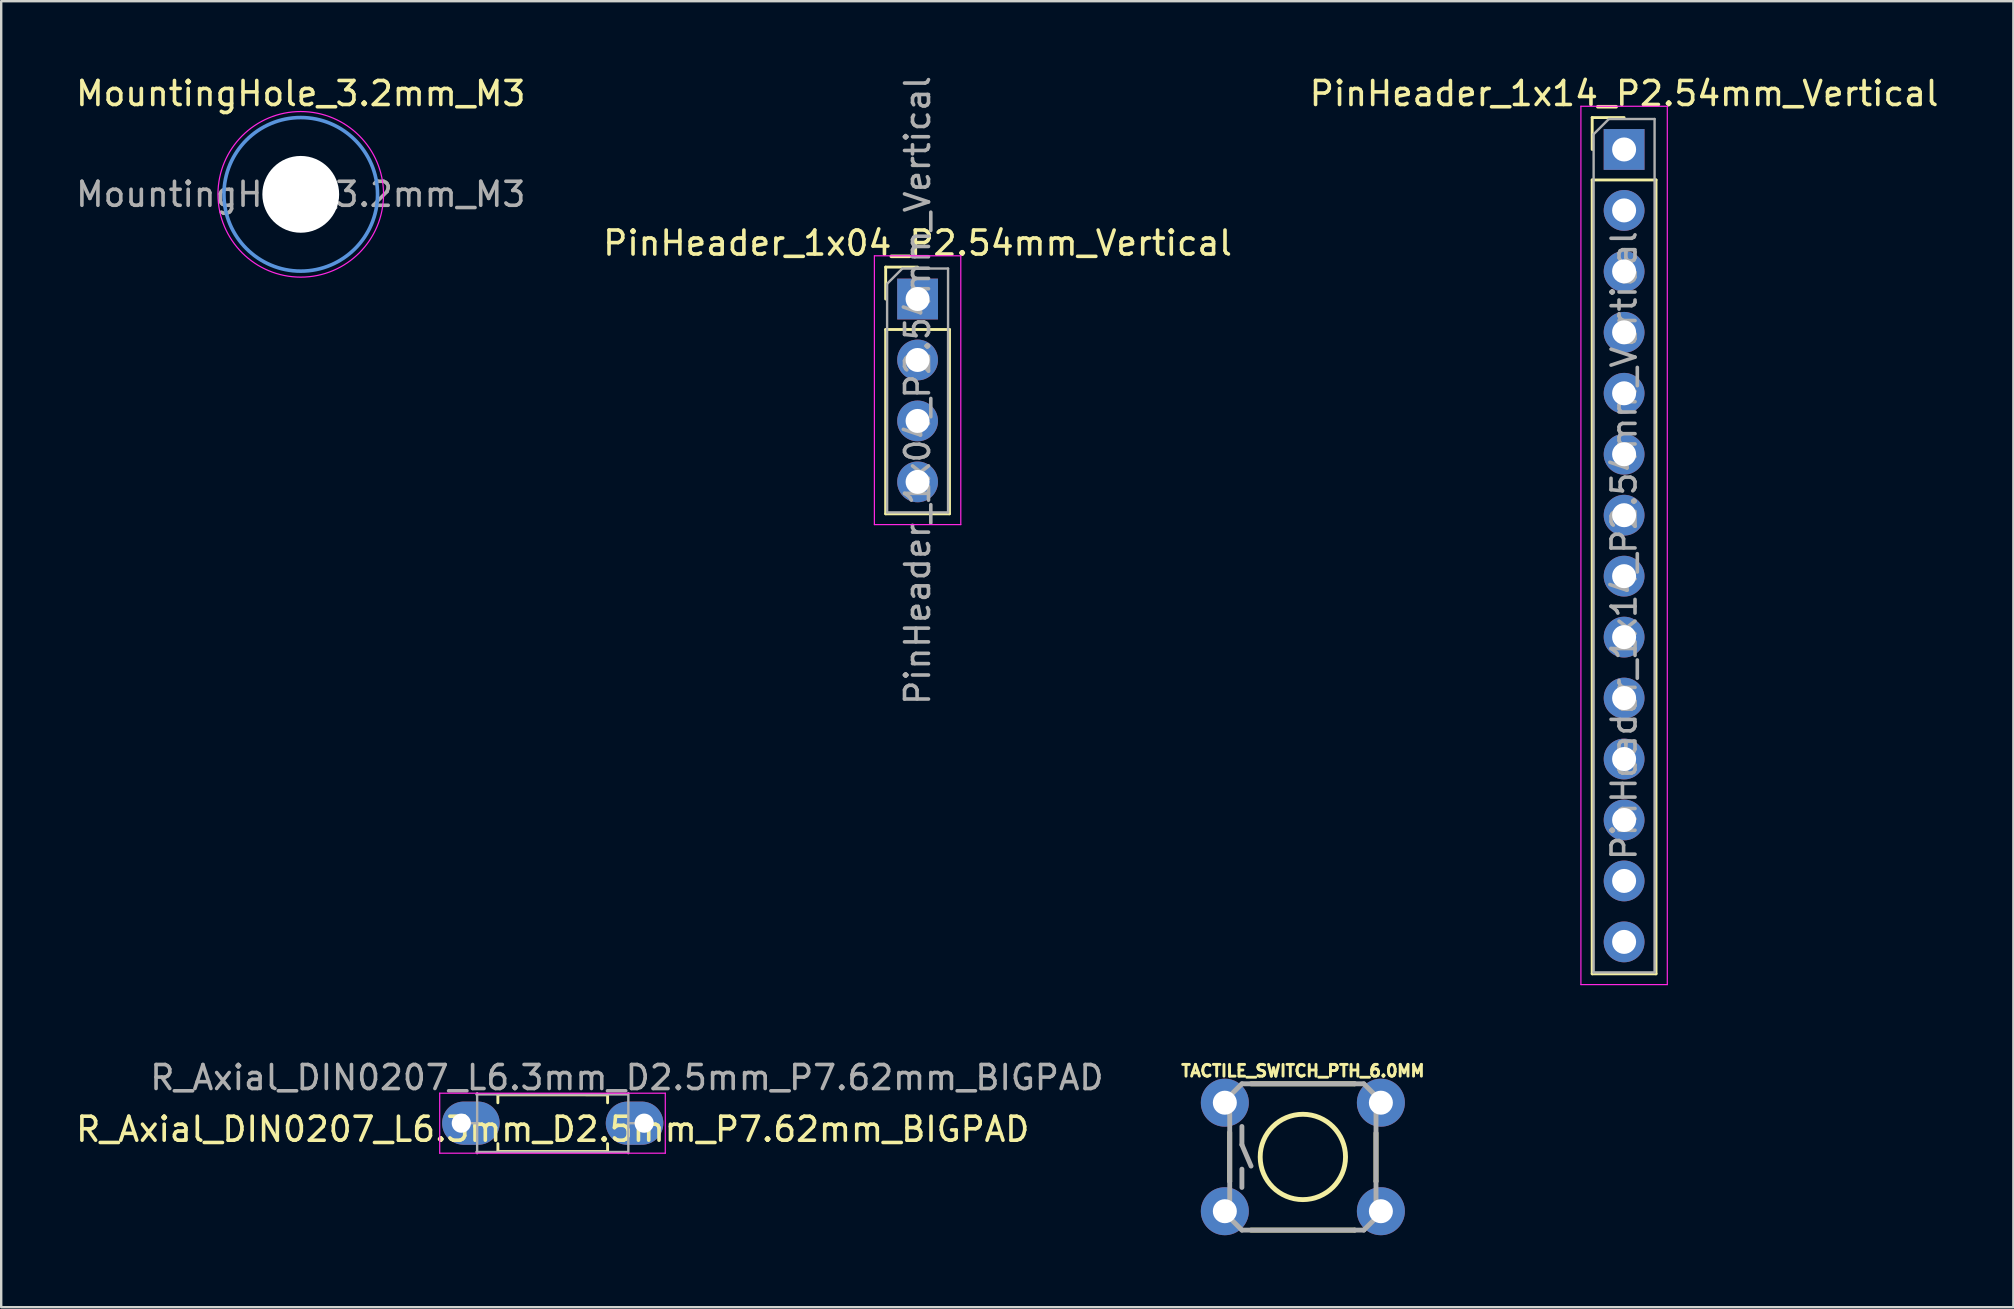
<source format=kicad_pcb>
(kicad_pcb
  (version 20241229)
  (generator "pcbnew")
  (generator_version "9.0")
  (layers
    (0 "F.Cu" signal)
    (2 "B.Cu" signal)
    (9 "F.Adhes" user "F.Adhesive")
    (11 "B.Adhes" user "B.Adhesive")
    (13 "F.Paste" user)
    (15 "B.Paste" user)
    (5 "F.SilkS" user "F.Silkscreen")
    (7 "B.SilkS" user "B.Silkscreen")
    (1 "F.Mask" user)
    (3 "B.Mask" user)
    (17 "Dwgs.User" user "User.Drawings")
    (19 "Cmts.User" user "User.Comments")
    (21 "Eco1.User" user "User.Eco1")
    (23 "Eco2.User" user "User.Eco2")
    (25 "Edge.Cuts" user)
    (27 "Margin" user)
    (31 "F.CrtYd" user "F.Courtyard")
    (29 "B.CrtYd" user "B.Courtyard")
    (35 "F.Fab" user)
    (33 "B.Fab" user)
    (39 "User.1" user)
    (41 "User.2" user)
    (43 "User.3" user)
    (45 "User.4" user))
  (footprint "R_Axial_DIN0207_L6.3mm_D2.5mm_P7.62mm_BIGPAD"
    (layer "F.Cu")
    (at 16.172 43.752)
    (property "Reference" "R_Axial_DIN0207_L6.3mm_D2.5mm_P7.62mm_BIGPAD" (at 3.81 0.254 0) (layer "F.SilkS") (effects (font (size 1 1) (thickness 0.15))))
    (attr through_hole)
    (fp_line (start 1.524 -1.181) (end 6.096 -1.18) (stroke (width 0.12) (type solid)) (layer "F.SilkS"))
    (fp_line (start 1.524 -0.851) (end 1.524 -1.181) (stroke (width 0.12) (type solid)) (layer "F.SilkS"))
    (fp_line (start 1.524 0.851) (end 1.524 1.181) (stroke (width 0.12) (type solid)) (layer "F.SilkS"))
    (fp_line (start 1.524 1.181) (end 6.096 1.181) (stroke (width 0.12) (type solid)) (layer "F.SilkS"))
    (fp_line (start 6.096 -1.18) (end 6.096 -0.85) (stroke (width 0.12) (type solid)) (layer "F.SilkS"))
    (fp_line (start 6.096 1.181) (end 6.096 0.851) (stroke (width 0.12) (type solid)) (layer "F.SilkS"))
    (fp_line (start -0.9 -1.25) (end -0.9 1.25) (stroke (width 0.05) (type solid)) (layer "F.CrtYd"))
    (fp_line (start -0.9 1.25) (end 8.5 1.25) (stroke (width 0.05) (type solid)) (layer "F.CrtYd"))
    (fp_line (start 8.5 -1.25) (end -0.9 -1.25) (stroke (width 0.05) (type solid)) (layer "F.CrtYd"))
    (fp_line (start 8.5 1.25) (end 8.5 -1.25) (stroke (width 0.05) (type solid)) (layer "F.CrtYd"))
    (fp_line (start 0 0) (end 0.66 0) (stroke (width 0.1) (type solid)) (layer "F.Fab"))
    (fp_line (start 0.63 1.2) (end 6.93 1.2) (stroke (width 0.1) (type solid)) (layer "F.Fab"))
    (fp_line (start 0.66 -1.25) (end 0.66 1.25) (stroke (width 0.1) (type solid)) (layer "F.Fab"))
    (fp_line (start 6.93 -1.2) (end 0.63 -1.2) (stroke (width 0.1) (type solid)) (layer "F.Fab"))
    (fp_line (start 6.96 1.25) (end 6.96 -1.25) (stroke (width 0.1) (type solid)) (layer "F.Fab"))
    (fp_line (start 7.62 0) (end 6.96 0) (stroke (width 0.1) (type solid)) (layer "F.Fab"))
    (fp_text user "${REFERENCE}" (at 6.9 -1.9 0) (layer "F.Fab") (effects (font (size 1 1) (thickness 0.15))))
    (pad "1" thru_hole oval (at 0 0) (size 2.4 1.8) (drill 0.8 (offset 0.4 0)) (layers "*.Cu" "*.Mask"))
    (pad "2" thru_hole oval (at 7.62 0) (size 2.4 1.8) (drill 0.8 (offset -0.4 0)) (layers "*.Cu" "*.Mask")))
  (footprint "TACTILE_SWITCH_PTH_6.0MM"
    (layer "F.Cu")
    (at 51.239 45.159)
    (property "Reference" "TACTILE_SWITCH_PTH_6.0MM" (at 0 -3.302 0) (layer "F.SilkS") (effects (font (size 0.488 0.488) (thickness 0.122)) (justify bottom)))
    (fp_line (start -3.048 -1.028) (end -3.048 1.016) (stroke (width 0.203) (type solid)) (layer "F.SilkS"))
    (fp_line (start -2.159 3.048) (end 2.159 3.048) (stroke (width 0.203) (type solid)) (layer "F.SilkS"))
    (fp_line (start 2.159 -3.048) (end -2.159 -3.048) (stroke (width 0.203) (type solid)) (layer "F.SilkS"))
    (fp_line (start 3.048 -0.998) (end 3.048 1.016) (stroke (width 0.203) (type solid)) (layer "F.SilkS"))
    (fp_circle (center 0 0) (end 1.778 0) (stroke (width 0.203) (type solid)) (fill no) (layer "F.SilkS"))
    (fp_line (start -3.048 -2.54) (end -3.048 1.016) (stroke (width 0.203) (type solid)) (layer "F.Fab"))
    (fp_line (start -3.048 2.54) (end -3.048 1.016) (stroke (width 0.203) (type solid)) (layer "F.Fab"))
    (fp_line (start -2.54 -3.048) (end -3.048 -2.54) (stroke (width 0.203) (type solid)) (layer "F.Fab"))
    (fp_line (start -2.54 -3.048) (end 2.159 -3.048) (stroke (width 0.203) (type solid)) (layer "F.Fab"))
    (fp_line (start -2.54 -1.27) (end -2.54 -0.508) (stroke (width 0.203) (type solid)) (layer "F.Fab"))
    (fp_line (start -2.54 -0.508) (end -2.159 0.381) (stroke (width 0.203) (type solid)) (layer "F.Fab"))
    (fp_line (start -2.54 0.508) (end -2.54 1.27) (stroke (width 0.203) (type solid)) (layer "F.Fab"))
    (fp_line (start -2.54 3.048) (end -3.048 2.54) (stroke (width 0.203) (type solid)) (layer "F.Fab"))
    (fp_line (start -2.54 3.048) (end 2.159 3.048) (stroke (width 0.203) (type solid)) (layer "F.Fab"))
    (fp_line (start 2.54 -3.048) (end 2.159 -3.048) (stroke (width 0.203) (type solid)) (layer "F.Fab"))
    (fp_line (start 2.54 3.048) (end 2.159 3.048) (stroke (width 0.203) (type solid)) (layer "F.Fab"))
    (fp_line (start 2.54 3.048) (end 3.048 2.54) (stroke (width 0.203) (type solid)) (layer "F.Fab"))
    (fp_line (start 3.048 -2.54) (end 2.54 -3.048) (stroke (width 0.203) (type solid)) (layer "F.Fab"))
    (fp_line (start 3.048 1.016) (end 3.048 -2.54) (stroke (width 0.203) (type solid)) (layer "F.Fab"))
    (fp_line (start 3.048 2.54) (end 3.048 1.016) (stroke (width 0.203) (type solid)) (layer "F.Fab"))
    (pad "1" thru_hole circle (at -3.251 -2.261) (size 2 2) (drill 1) (layers "*.Cu" "*.Mask"))
    (pad "2" thru_hole circle (at 3.251 -2.261) (size 2 2) (drill 1) (layers "*.Cu" "*.Mask"))
    (pad "3" thru_hole circle (at -3.251 2.261) (size 2 2) (drill 1) (layers "*.Cu" "*.Mask"))
    (pad "4" thru_hole circle (at 3.251 2.261) (size 2 2) (drill 1) (layers "*.Cu" "*.Mask")))
  (footprint "PinHeader_1x14_P2.54mm_Vertical"
    (layer "F.Cu")
    (at 64.625 3.178)
    (property "Reference" "PinHeader_1x14_P2.54mm_Vertical" (at 0 -2.33 0) (layer "F.SilkS") (effects (font (size 1 1) (thickness 0.15))))
    (attr through_hole)
    (fp_line (start -1.33 -1.33) (end 0 -1.33) (stroke (width 0.12) (type solid)) (layer "F.SilkS"))
    (fp_line (start -1.33 0) (end -1.33 -1.33) (stroke (width 0.12) (type solid)) (layer "F.SilkS"))
    (fp_line (start -1.33 1.27) (end -1.33 34.35) (stroke (width 0.12) (type solid)) (layer "F.SilkS"))
    (fp_line (start -1.33 1.27) (end 1.33 1.27) (stroke (width 0.12) (type solid)) (layer "F.SilkS"))
    (fp_line (start -1.33 34.35) (end 1.33 34.35) (stroke (width 0.12) (type solid)) (layer "F.SilkS"))
    (fp_line (start 1.33 1.27) (end 1.33 34.35) (stroke (width 0.12) (type solid)) (layer "F.SilkS"))
    (fp_line (start -1.8 -1.8) (end -1.8 34.8) (stroke (width 0.05) (type solid)) (layer "F.CrtYd"))
    (fp_line (start -1.8 34.8) (end 1.8 34.8) (stroke (width 0.05) (type solid)) (layer "F.CrtYd"))
    (fp_line (start 1.8 -1.8) (end -1.8 -1.8) (stroke (width 0.05) (type solid)) (layer "F.CrtYd"))
    (fp_line (start 1.8 34.8) (end 1.8 -1.8) (stroke (width 0.05) (type solid)) (layer "F.CrtYd"))
    (fp_line (start -1.27 -0.635) (end -0.635 -1.27) (stroke (width 0.1) (type solid)) (layer "F.Fab"))
    (fp_line (start -1.27 34.29) (end -1.27 -0.635) (stroke (width 0.1) (type solid)) (layer "F.Fab"))
    (fp_line (start -0.635 -1.27) (end 1.27 -1.27) (stroke (width 0.1) (type solid)) (layer "F.Fab"))
    (fp_line (start 1.27 -1.27) (end 1.27 34.29) (stroke (width 0.1) (type solid)) (layer "F.Fab"))
    (fp_line (start 1.27 34.29) (end -1.27 34.29) (stroke (width 0.1) (type solid)) (layer "F.Fab"))
    (fp_text user "${REFERENCE}" (at 0 16.51 90) (layer "F.Fab") (effects (font (size 1 1) (thickness 0.15))))
    (pad "1" thru_hole rect (at 0 0) (size 1.7 1.7) (drill 1) (layers "*.Cu" "*.Mask"))
    (pad "2" thru_hole oval (at 0 2.54) (size 1.7 1.7) (drill 1) (layers "*.Cu" "*.Mask"))
    (pad "3" thru_hole oval (at 0 5.08) (size 1.7 1.7) (drill 1) (layers "*.Cu" "*.Mask"))
    (pad "4" thru_hole oval (at 0 7.62) (size 1.7 1.7) (drill 1) (layers "*.Cu" "*.Mask"))
    (pad "5" thru_hole oval (at 0 10.16) (size 1.7 1.7) (drill 1) (layers "*.Cu" "*.Mask"))
    (pad "6" thru_hole oval (at 0 12.7) (size 1.7 1.7) (drill 1) (layers "*.Cu" "*.Mask"))
    (pad "7" thru_hole oval (at 0 15.24) (size 1.7 1.7) (drill 1) (layers "*.Cu" "*.Mask"))
    (pad "8" thru_hole oval (at 0 17.78) (size 1.7 1.7) (drill 1) (layers "*.Cu" "*.Mask"))
    (pad "9" thru_hole oval (at 0 20.32) (size 1.7 1.7) (drill 1) (layers "*.Cu" "*.Mask"))
    (pad "10" thru_hole oval (at 0 22.86) (size 1.7 1.7) (drill 1) (layers "*.Cu" "*.Mask"))
    (pad "11" thru_hole oval (at 0 25.4) (size 1.7 1.7) (drill 1) (layers "*.Cu" "*.Mask"))
    (pad "12" thru_hole oval (at 0 27.94) (size 1.7 1.7) (drill 1) (layers "*.Cu" "*.Mask"))
    (pad "13" thru_hole oval (at 0 30.48) (size 1.7 1.7) (drill 1) (layers "*.Cu" "*.Mask"))
    (pad "14" thru_hole oval (at 0 33.02) (size 1.7 1.7) (drill 1) (layers "*.Cu" "*.Mask")))
  (footprint "MountingHole_3.2mm_M3"
    (layer "F.Cu")
    (at 9.482 5.048)
    (property "Reference" "MountingHole_3.2mm_M3" (at 0 -4.2 0) (layer "F.SilkS") (effects (font (size 1 1) (thickness 0.15))))
    (attr exclude_from_pos_files exclude_from_bom)
    (fp_circle (center 0 0) (end 3.2 0) (stroke (width 0.15) (type solid)) (fill no) (layer "Cmts.User"))
    (fp_circle (center 0 0) (end 3.45 0) (stroke (width 0.05) (type solid)) (fill no) (layer "F.CrtYd"))
    (fp_text user "${REFERENCE}" (at 0 0 0) (layer "F.Fab") (effects (font (size 1 1) (thickness 0.15))))
    (pad "" np_thru_hole circle (at 0 0) (size 3.2 3.2) (drill 3.2) (layers "*.Cu" "*.Mask")))
  (footprint "PinHeader_1x04_P2.54mm_Vertical"
    (layer "F.Cu")
    (at 35.185 9.41)
    (property "Reference" "PinHeader_1x04_P2.54mm_Vertical" (at 0 -2.33 0) (layer "F.SilkS") (effects (font (size 1 1) (thickness 0.15))))
    (attr through_hole)
    (fp_line (start -1.33 -1.33) (end 0 -1.33) (stroke (width 0.12) (type solid)) (layer "F.SilkS"))
    (fp_line (start -1.33 0) (end -1.33 -1.33) (stroke (width 0.12) (type solid)) (layer "F.SilkS"))
    (fp_line (start -1.33 1.27) (end -1.33 8.95) (stroke (width 0.12) (type solid)) (layer "F.SilkS"))
    (fp_line (start -1.33 1.27) (end 1.33 1.27) (stroke (width 0.12) (type solid)) (layer "F.SilkS"))
    (fp_line (start -1.33 8.95) (end 1.33 8.95) (stroke (width 0.12) (type solid)) (layer "F.SilkS"))
    (fp_line (start 1.33 1.27) (end 1.33 8.95) (stroke (width 0.12) (type solid)) (layer "F.SilkS"))
    (fp_line (start -1.8 -1.8) (end -1.8 9.4) (stroke (width 0.05) (type solid)) (layer "F.CrtYd"))
    (fp_line (start -1.8 9.4) (end 1.8 9.4) (stroke (width 0.05) (type solid)) (layer "F.CrtYd"))
    (fp_line (start 1.8 -1.8) (end -1.8 -1.8) (stroke (width 0.05) (type solid)) (layer "F.CrtYd"))
    (fp_line (start 1.8 9.4) (end 1.8 -1.8) (stroke (width 0.05) (type solid)) (layer "F.CrtYd"))
    (fp_line (start -1.27 -0.635) (end -0.635 -1.27) (stroke (width 0.1) (type solid)) (layer "F.Fab"))
    (fp_line (start -1.27 8.89) (end -1.27 -0.635) (stroke (width 0.1) (type solid)) (layer "F.Fab"))
    (fp_line (start -0.635 -1.27) (end 1.27 -1.27) (stroke (width 0.1) (type solid)) (layer "F.Fab"))
    (fp_line (start 1.27 -1.27) (end 1.27 8.89) (stroke (width 0.1) (type solid)) (layer "F.Fab"))
    (fp_line (start 1.27 8.89) (end -1.27 8.89) (stroke (width 0.1) (type solid)) (layer "F.Fab"))
    (fp_text user "${REFERENCE}" (at 0 3.81 90) (layer "F.Fab") (effects (font (size 1 1) (thickness 0.15))))
    (pad "1" thru_hole rect (at 0 0) (size 1.7 1.7) (drill 1) (layers "*.Cu" "*.Mask"))
    (pad "2" thru_hole oval (at 0 2.54) (size 1.7 1.7) (drill 1) (layers "*.Cu" "*.Mask"))
    (pad "3" thru_hole oval (at 0 5.08) (size 1.7 1.7) (drill 1) (layers "*.Cu" "*.Mask"))
    (pad "4" thru_hole oval (at 0 7.62) (size 1.7 1.7) (drill 1) (layers "*.Cu" "*.Mask")))
  (gr_rect
    (start -3 -3)
    (end 80.845 51.419)
    (stroke (width 0.1) (type default))
    (fill no)
    (layer "Edge.Cuts")))
</source>
